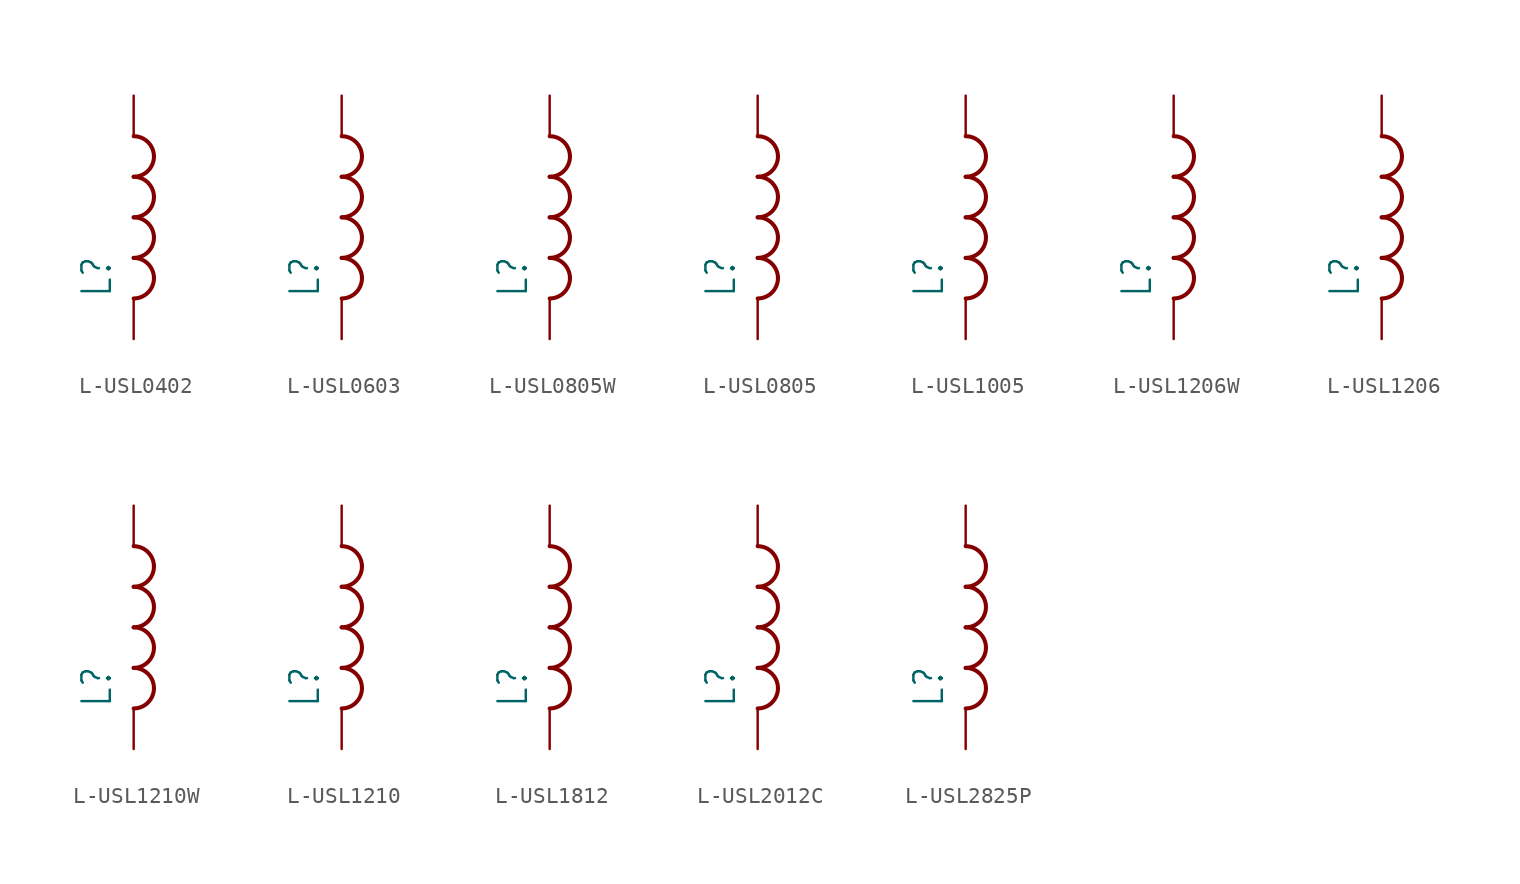
<source format=kicad_sym>
(kicad_symbol_lib
  (version 20241209)
  (generator "kicad_symbol_editor")
  (generator_version "9.0")
  (symbol "L-USL0402"
    (property "Reference" "L"
      (at -1.27 -5.08 90)
      (effects (font (size 1.778 1.511)) (justify left bottom)))
    (property "Value" ""
      (at 3.81 -5.08 90)
      (effects (font (size 1.778 1.511)) (justify left bottom)))
    (property "ki_locked" ""
      (at 0 0 0)
      (effects (font (size 1.27 1.27))))
    (symbol "L-USL0402_1_0"
      (arc (start 1.27 3.81) (mid 0.898 2.912) (end 0 2.54) (stroke (width 0.254) (type solid)) (fill (type none)))
      (arc (start 0 5.08) (mid 0.898 4.708) (end 1.27 3.81) (stroke (width 0.254) (type solid)) (fill (type none)))
      (arc (start 1.27 1.27) (mid 0.898 0.372) (end 0 0) (stroke (width 0.254) (type solid)) (fill (type none)))
      (arc (start 0 2.54) (mid 0.898 2.168) (end 1.27 1.27) (stroke (width 0.254) (type solid)) (fill (type none)))
      (arc (start 1.27 -1.27) (mid 0.898 -2.168) (end 0 -2.54) (stroke (width 0.254) (type solid)) (fill (type none)))
      (arc (start 0 0) (mid 0.898 -0.372) (end 1.27 -1.27) (stroke (width 0.254) (type solid)) (fill (type none)))
      (arc (start 1.27 -3.81) (mid 0.898 -4.708) (end 0 -5.08) (stroke (width 0.254) (type solid)) (fill (type none)))
      (arc (start 0 -2.54) (mid 0.898 -2.912) (end 1.27 -3.81) (stroke (width 0.254) (type solid)) (fill (type none)))
      (pin passive line (at 0 7.62 270) (length 2.54) (name "1" (effects (font (size 0 0)))) (number "1" (effects (font (size 0 0)))))
      (pin passive line (at 0 -7.62 90) (length 2.54) (name "2" (effects (font (size 0 0)))) (number "2" (effects (font (size 0 0)))))))
  (symbol "L-USL0603"
    (property "Reference" "L"
      (at -1.27 -5.08 90)
      (effects (font (size 1.778 1.511)) (justify left bottom)))
    (property "Value" ""
      (at 3.81 -5.08 90)
      (effects (font (size 1.778 1.511)) (justify left bottom)))
    (property "ki_locked" ""
      (at 0 0 0)
      (effects (font (size 1.27 1.27))))
    (symbol "L-USL0603_1_0"
      (arc (start 1.27 3.81) (mid 0.898 2.912) (end 0 2.54) (stroke (width 0.254) (type solid)) (fill (type none)))
      (arc (start 0 5.08) (mid 0.898 4.708) (end 1.27 3.81) (stroke (width 0.254) (type solid)) (fill (type none)))
      (arc (start 1.27 1.27) (mid 0.898 0.372) (end 0 0) (stroke (width 0.254) (type solid)) (fill (type none)))
      (arc (start 0 2.54) (mid 0.898 2.168) (end 1.27 1.27) (stroke (width 0.254) (type solid)) (fill (type none)))
      (arc (start 1.27 -1.27) (mid 0.898 -2.168) (end 0 -2.54) (stroke (width 0.254) (type solid)) (fill (type none)))
      (arc (start 0 0) (mid 0.898 -0.372) (end 1.27 -1.27) (stroke (width 0.254) (type solid)) (fill (type none)))
      (arc (start 1.27 -3.81) (mid 0.898 -4.708) (end 0 -5.08) (stroke (width 0.254) (type solid)) (fill (type none)))
      (arc (start 0 -2.54) (mid 0.898 -2.912) (end 1.27 -3.81) (stroke (width 0.254) (type solid)) (fill (type none)))
      (pin passive line (at 0 7.62 270) (length 2.54) (name "1" (effects (font (size 0 0)))) (number "1" (effects (font (size 0 0)))))
      (pin passive line (at 0 -7.62 90) (length 2.54) (name "2" (effects (font (size 0 0)))) (number "2" (effects (font (size 0 0)))))))
  (symbol "L-USL0805W"
    (property "Reference" "L"
      (at -1.27 -5.08 90)
      (effects (font (size 1.778 1.511)) (justify left bottom)))
    (property "Value" ""
      (at 3.81 -5.08 90)
      (effects (font (size 1.778 1.511)) (justify left bottom)))
    (property "ki_locked" ""
      (at 0 0 0)
      (effects (font (size 1.27 1.27))))
    (symbol "L-USL0805W_1_0"
      (arc (start 1.27 3.81) (mid 0.898 2.912) (end 0 2.54) (stroke (width 0.254) (type solid)) (fill (type none)))
      (arc (start 0 5.08) (mid 0.898 4.708) (end 1.27 3.81) (stroke (width 0.254) (type solid)) (fill (type none)))
      (arc (start 1.27 1.27) (mid 0.898 0.372) (end 0 0) (stroke (width 0.254) (type solid)) (fill (type none)))
      (arc (start 0 2.54) (mid 0.898 2.168) (end 1.27 1.27) (stroke (width 0.254) (type solid)) (fill (type none)))
      (arc (start 1.27 -1.27) (mid 0.898 -2.168) (end 0 -2.54) (stroke (width 0.254) (type solid)) (fill (type none)))
      (arc (start 0 0) (mid 0.898 -0.372) (end 1.27 -1.27) (stroke (width 0.254) (type solid)) (fill (type none)))
      (arc (start 1.27 -3.81) (mid 0.898 -4.708) (end 0 -5.08) (stroke (width 0.254) (type solid)) (fill (type none)))
      (arc (start 0 -2.54) (mid 0.898 -2.912) (end 1.27 -3.81) (stroke (width 0.254) (type solid)) (fill (type none)))
      (pin passive line (at 0 7.62 270) (length 2.54) (name "1" (effects (font (size 0 0)))) (number "1" (effects (font (size 0 0)))))
      (pin passive line (at 0 -7.62 90) (length 2.54) (name "2" (effects (font (size 0 0)))) (number "2" (effects (font (size 0 0)))))))
  (symbol "L-USL0805"
    (property "Reference" "L"
      (at -1.27 -5.08 90)
      (effects (font (size 1.778 1.511)) (justify left bottom)))
    (property "Value" ""
      (at 3.81 -5.08 90)
      (effects (font (size 1.778 1.511)) (justify left bottom)))
    (property "ki_locked" ""
      (at 0 0 0)
      (effects (font (size 1.27 1.27))))
    (symbol "L-USL0805_1_0"
      (arc (start 1.27 3.81) (mid 0.898 2.912) (end 0 2.54) (stroke (width 0.254) (type solid)) (fill (type none)))
      (arc (start 0 5.08) (mid 0.898 4.708) (end 1.27 3.81) (stroke (width 0.254) (type solid)) (fill (type none)))
      (arc (start 1.27 1.27) (mid 0.898 0.372) (end 0 0) (stroke (width 0.254) (type solid)) (fill (type none)))
      (arc (start 0 2.54) (mid 0.898 2.168) (end 1.27 1.27) (stroke (width 0.254) (type solid)) (fill (type none)))
      (arc (start 1.27 -1.27) (mid 0.898 -2.168) (end 0 -2.54) (stroke (width 0.254) (type solid)) (fill (type none)))
      (arc (start 0 0) (mid 0.898 -0.372) (end 1.27 -1.27) (stroke (width 0.254) (type solid)) (fill (type none)))
      (arc (start 1.27 -3.81) (mid 0.898 -4.708) (end 0 -5.08) (stroke (width 0.254) (type solid)) (fill (type none)))
      (arc (start 0 -2.54) (mid 0.898 -2.912) (end 1.27 -3.81) (stroke (width 0.254) (type solid)) (fill (type none)))
      (pin passive line (at 0 7.62 270) (length 2.54) (name "1" (effects (font (size 0 0)))) (number "1" (effects (font (size 0 0)))))
      (pin passive line (at 0 -7.62 90) (length 2.54) (name "2" (effects (font (size 0 0)))) (number "2" (effects (font (size 0 0)))))))
  (symbol "L-USL1005"
    (property "Reference" "L"
      (at -1.27 -5.08 90)
      (effects (font (size 1.778 1.511)) (justify left bottom)))
    (property "Value" ""
      (at 3.81 -5.08 90)
      (effects (font (size 1.778 1.511)) (justify left bottom)))
    (property "ki_locked" ""
      (at 0 0 0)
      (effects (font (size 1.27 1.27))))
    (symbol "L-USL1005_1_0"
      (arc (start 1.27 3.81) (mid 0.898 2.912) (end 0 2.54) (stroke (width 0.254) (type solid)) (fill (type none)))
      (arc (start 0 5.08) (mid 0.898 4.708) (end 1.27 3.81) (stroke (width 0.254) (type solid)) (fill (type none)))
      (arc (start 1.27 1.27) (mid 0.898 0.372) (end 0 0) (stroke (width 0.254) (type solid)) (fill (type none)))
      (arc (start 0 2.54) (mid 0.898 2.168) (end 1.27 1.27) (stroke (width 0.254) (type solid)) (fill (type none)))
      (arc (start 1.27 -1.27) (mid 0.898 -2.168) (end 0 -2.54) (stroke (width 0.254) (type solid)) (fill (type none)))
      (arc (start 0 0) (mid 0.898 -0.372) (end 1.27 -1.27) (stroke (width 0.254) (type solid)) (fill (type none)))
      (arc (start 1.27 -3.81) (mid 0.898 -4.708) (end 0 -5.08) (stroke (width 0.254) (type solid)) (fill (type none)))
      (arc (start 0 -2.54) (mid 0.898 -2.912) (end 1.27 -3.81) (stroke (width 0.254) (type solid)) (fill (type none)))
      (pin passive line (at 0 7.62 270) (length 2.54) (name "1" (effects (font (size 0 0)))) (number "1" (effects (font (size 0 0)))))
      (pin passive line (at 0 -7.62 90) (length 2.54) (name "2" (effects (font (size 0 0)))) (number "2" (effects (font (size 0 0)))))))
  (symbol "L-USL1206W"
    (property "Reference" "L"
      (at -1.27 -5.08 90)
      (effects (font (size 1.778 1.511)) (justify left bottom)))
    (property "Value" ""
      (at 3.81 -5.08 90)
      (effects (font (size 1.778 1.511)) (justify left bottom)))
    (property "ki_locked" ""
      (at 0 0 0)
      (effects (font (size 1.27 1.27))))
    (symbol "L-USL1206W_1_0"
      (arc (start 1.27 3.81) (mid 0.898 2.912) (end 0 2.54) (stroke (width 0.254) (type solid)) (fill (type none)))
      (arc (start 0 5.08) (mid 0.898 4.708) (end 1.27 3.81) (stroke (width 0.254) (type solid)) (fill (type none)))
      (arc (start 1.27 1.27) (mid 0.898 0.372) (end 0 0) (stroke (width 0.254) (type solid)) (fill (type none)))
      (arc (start 0 2.54) (mid 0.898 2.168) (end 1.27 1.27) (stroke (width 0.254) (type solid)) (fill (type none)))
      (arc (start 1.27 -1.27) (mid 0.898 -2.168) (end 0 -2.54) (stroke (width 0.254) (type solid)) (fill (type none)))
      (arc (start 0 0) (mid 0.898 -0.372) (end 1.27 -1.27) (stroke (width 0.254) (type solid)) (fill (type none)))
      (arc (start 1.27 -3.81) (mid 0.898 -4.708) (end 0 -5.08) (stroke (width 0.254) (type solid)) (fill (type none)))
      (arc (start 0 -2.54) (mid 0.898 -2.912) (end 1.27 -3.81) (stroke (width 0.254) (type solid)) (fill (type none)))
      (pin passive line (at 0 7.62 270) (length 2.54) (name "1" (effects (font (size 0 0)))) (number "1" (effects (font (size 0 0)))))
      (pin passive line (at 0 -7.62 90) (length 2.54) (name "2" (effects (font (size 0 0)))) (number "2" (effects (font (size 0 0)))))))
  (symbol "L-USL1206"
    (property "Reference" "L"
      (at -1.27 -5.08 90)
      (effects (font (size 1.778 1.511)) (justify left bottom)))
    (property "Value" ""
      (at 3.81 -5.08 90)
      (effects (font (size 1.778 1.511)) (justify left bottom)))
    (property "ki_locked" ""
      (at 0 0 0)
      (effects (font (size 1.27 1.27))))
    (symbol "L-USL1206_1_0"
      (arc (start 1.27 3.81) (mid 0.898 2.912) (end 0 2.54) (stroke (width 0.254) (type solid)) (fill (type none)))
      (arc (start 0 5.08) (mid 0.898 4.708) (end 1.27 3.81) (stroke (width 0.254) (type solid)) (fill (type none)))
      (arc (start 1.27 1.27) (mid 0.898 0.372) (end 0 0) (stroke (width 0.254) (type solid)) (fill (type none)))
      (arc (start 0 2.54) (mid 0.898 2.168) (end 1.27 1.27) (stroke (width 0.254) (type solid)) (fill (type none)))
      (arc (start 1.27 -1.27) (mid 0.898 -2.168) (end 0 -2.54) (stroke (width 0.254) (type solid)) (fill (type none)))
      (arc (start 0 0) (mid 0.898 -0.372) (end 1.27 -1.27) (stroke (width 0.254) (type solid)) (fill (type none)))
      (arc (start 1.27 -3.81) (mid 0.898 -4.708) (end 0 -5.08) (stroke (width 0.254) (type solid)) (fill (type none)))
      (arc (start 0 -2.54) (mid 0.898 -2.912) (end 1.27 -3.81) (stroke (width 0.254) (type solid)) (fill (type none)))
      (pin passive line (at 0 7.62 270) (length 2.54) (name "1" (effects (font (size 0 0)))) (number "1" (effects (font (size 0 0)))))
      (pin passive line (at 0 -7.62 90) (length 2.54) (name "2" (effects (font (size 0 0)))) (number "2" (effects (font (size 0 0)))))))
  (symbol "L-USL1210W"
    (property "Reference" "L"
      (at -1.27 -5.08 90)
      (effects (font (size 1.778 1.511)) (justify left bottom)))
    (property "Value" ""
      (at 3.81 -5.08 90)
      (effects (font (size 1.778 1.511)) (justify left bottom)))
    (property "ki_locked" ""
      (at 0 0 0)
      (effects (font (size 1.27 1.27))))
    (symbol "L-USL1210W_1_0"
      (arc (start 1.27 3.81) (mid 0.898 2.912) (end 0 2.54) (stroke (width 0.254) (type solid)) (fill (type none)))
      (arc (start 0 5.08) (mid 0.898 4.708) (end 1.27 3.81) (stroke (width 0.254) (type solid)) (fill (type none)))
      (arc (start 1.27 1.27) (mid 0.898 0.372) (end 0 0) (stroke (width 0.254) (type solid)) (fill (type none)))
      (arc (start 0 2.54) (mid 0.898 2.168) (end 1.27 1.27) (stroke (width 0.254) (type solid)) (fill (type none)))
      (arc (start 1.27 -1.27) (mid 0.898 -2.168) (end 0 -2.54) (stroke (width 0.254) (type solid)) (fill (type none)))
      (arc (start 0 0) (mid 0.898 -0.372) (end 1.27 -1.27) (stroke (width 0.254) (type solid)) (fill (type none)))
      (arc (start 1.27 -3.81) (mid 0.898 -4.708) (end 0 -5.08) (stroke (width 0.254) (type solid)) (fill (type none)))
      (arc (start 0 -2.54) (mid 0.898 -2.912) (end 1.27 -3.81) (stroke (width 0.254) (type solid)) (fill (type none)))
      (pin passive line (at 0 7.62 270) (length 2.54) (name "1" (effects (font (size 0 0)))) (number "1" (effects (font (size 0 0)))))
      (pin passive line (at 0 -7.62 90) (length 2.54) (name "2" (effects (font (size 0 0)))) (number "2" (effects (font (size 0 0)))))))
  (symbol "L-USL1210"
    (property "Reference" "L"
      (at -1.27 -5.08 90)
      (effects (font (size 1.778 1.511)) (justify left bottom)))
    (property "Value" ""
      (at 3.81 -5.08 90)
      (effects (font (size 1.778 1.511)) (justify left bottom)))
    (property "ki_locked" ""
      (at 0 0 0)
      (effects (font (size 1.27 1.27))))
    (symbol "L-USL1210_1_0"
      (arc (start 1.27 3.81) (mid 0.898 2.912) (end 0 2.54) (stroke (width 0.254) (type solid)) (fill (type none)))
      (arc (start 0 5.08) (mid 0.898 4.708) (end 1.27 3.81) (stroke (width 0.254) (type solid)) (fill (type none)))
      (arc (start 1.27 1.27) (mid 0.898 0.372) (end 0 0) (stroke (width 0.254) (type solid)) (fill (type none)))
      (arc (start 0 2.54) (mid 0.898 2.168) (end 1.27 1.27) (stroke (width 0.254) (type solid)) (fill (type none)))
      (arc (start 1.27 -1.27) (mid 0.898 -2.168) (end 0 -2.54) (stroke (width 0.254) (type solid)) (fill (type none)))
      (arc (start 0 0) (mid 0.898 -0.372) (end 1.27 -1.27) (stroke (width 0.254) (type solid)) (fill (type none)))
      (arc (start 1.27 -3.81) (mid 0.898 -4.708) (end 0 -5.08) (stroke (width 0.254) (type solid)) (fill (type none)))
      (arc (start 0 -2.54) (mid 0.898 -2.912) (end 1.27 -3.81) (stroke (width 0.254) (type solid)) (fill (type none)))
      (pin passive line (at 0 7.62 270) (length 2.54) (name "1" (effects (font (size 0 0)))) (number "1" (effects (font (size 0 0)))))
      (pin passive line (at 0 -7.62 90) (length 2.54) (name "2" (effects (font (size 0 0)))) (number "2" (effects (font (size 0 0)))))))
  (symbol "L-USL1812"
    (property "Reference" "L"
      (at -1.27 -5.08 90)
      (effects (font (size 1.778 1.511)) (justify left bottom)))
    (property "Value" ""
      (at 3.81 -5.08 90)
      (effects (font (size 1.778 1.511)) (justify left bottom)))
    (property "ki_locked" ""
      (at 0 0 0)
      (effects (font (size 1.27 1.27))))
    (symbol "L-USL1812_1_0"
      (arc (start 1.27 3.81) (mid 0.898 2.912) (end 0 2.54) (stroke (width 0.254) (type solid)) (fill (type none)))
      (arc (start 0 5.08) (mid 0.898 4.708) (end 1.27 3.81) (stroke (width 0.254) (type solid)) (fill (type none)))
      (arc (start 1.27 1.27) (mid 0.898 0.372) (end 0 0) (stroke (width 0.254) (type solid)) (fill (type none)))
      (arc (start 0 2.54) (mid 0.898 2.168) (end 1.27 1.27) (stroke (width 0.254) (type solid)) (fill (type none)))
      (arc (start 1.27 -1.27) (mid 0.898 -2.168) (end 0 -2.54) (stroke (width 0.254) (type solid)) (fill (type none)))
      (arc (start 0 0) (mid 0.898 -0.372) (end 1.27 -1.27) (stroke (width 0.254) (type solid)) (fill (type none)))
      (arc (start 1.27 -3.81) (mid 0.898 -4.708) (end 0 -5.08) (stroke (width 0.254) (type solid)) (fill (type none)))
      (arc (start 0 -2.54) (mid 0.898 -2.912) (end 1.27 -3.81) (stroke (width 0.254) (type solid)) (fill (type none)))
      (pin passive line (at 0 7.62 270) (length 2.54) (name "1" (effects (font (size 0 0)))) (number "1" (effects (font (size 0 0)))))
      (pin passive line (at 0 -7.62 90) (length 2.54) (name "2" (effects (font (size 0 0)))) (number "2" (effects (font (size 0 0)))))))
  (symbol "L-USL2012C"
    (property "Reference" "L"
      (at -1.27 -5.08 90)
      (effects (font (size 1.778 1.511)) (justify left bottom)))
    (property "Value" ""
      (at 3.81 -5.08 90)
      (effects (font (size 1.778 1.511)) (justify left bottom)))
    (property "ki_locked" ""
      (at 0 0 0)
      (effects (font (size 1.27 1.27))))
    (symbol "L-USL2012C_1_0"
      (arc (start 1.27 3.81) (mid 0.898 2.912) (end 0 2.54) (stroke (width 0.254) (type solid)) (fill (type none)))
      (arc (start 0 5.08) (mid 0.898 4.708) (end 1.27 3.81) (stroke (width 0.254) (type solid)) (fill (type none)))
      (arc (start 1.27 1.27) (mid 0.898 0.372) (end 0 0) (stroke (width 0.254) (type solid)) (fill (type none)))
      (arc (start 0 2.54) (mid 0.898 2.168) (end 1.27 1.27) (stroke (width 0.254) (type solid)) (fill (type none)))
      (arc (start 1.27 -1.27) (mid 0.898 -2.168) (end 0 -2.54) (stroke (width 0.254) (type solid)) (fill (type none)))
      (arc (start 0 0) (mid 0.898 -0.372) (end 1.27 -1.27) (stroke (width 0.254) (type solid)) (fill (type none)))
      (arc (start 1.27 -3.81) (mid 0.898 -4.708) (end 0 -5.08) (stroke (width 0.254) (type solid)) (fill (type none)))
      (arc (start 0 -2.54) (mid 0.898 -2.912) (end 1.27 -3.81) (stroke (width 0.254) (type solid)) (fill (type none)))
      (pin passive line (at 0 7.62 270) (length 2.54) (name "1" (effects (font (size 0 0)))) (number "1" (effects (font (size 0 0)))))
      (pin passive line (at 0 -7.62 90) (length 2.54) (name "2" (effects (font (size 0 0)))) (number "2" (effects (font (size 0 0)))))))
  (symbol "L-USL2825P"
    (property "Reference" "L"
      (at -1.27 -5.08 90)
      (effects (font (size 1.778 1.511)) (justify left bottom)))
    (property "Value" ""
      (at 3.81 -5.08 90)
      (effects (font (size 1.778 1.511)) (justify left bottom)))
    (property "ki_locked" ""
      (at 0 0 0)
      (effects (font (size 1.27 1.27))))
    (symbol "L-USL2825P_1_0"
      (arc (start 1.27 3.81) (mid 0.898 2.912) (end 0 2.54) (stroke (width 0.254) (type solid)) (fill (type none)))
      (arc (start 0 5.08) (mid 0.898 4.708) (end 1.27 3.81) (stroke (width 0.254) (type solid)) (fill (type none)))
      (arc (start 1.27 1.27) (mid 0.898 0.372) (end 0 0) (stroke (width 0.254) (type solid)) (fill (type none)))
      (arc (start 0 2.54) (mid 0.898 2.168) (end 1.27 1.27) (stroke (width 0.254) (type solid)) (fill (type none)))
      (arc (start 1.27 -1.27) (mid 0.898 -2.168) (end 0 -2.54) (stroke (width 0.254) (type solid)) (fill (type none)))
      (arc (start 0 0) (mid 0.898 -0.372) (end 1.27 -1.27) (stroke (width 0.254) (type solid)) (fill (type none)))
      (arc (start 1.27 -3.81) (mid 0.898 -4.708) (end 0 -5.08) (stroke (width 0.254) (type solid)) (fill (type none)))
      (arc (start 0 -2.54) (mid 0.898 -2.912) (end 1.27 -3.81) (stroke (width 0.254) (type solid)) (fill (type none)))
      (pin passive line (at 0 7.62 270) (length 2.54) (name "1" (effects (font (size 0 0)))) (number "1" (effects (font (size 0 0)))))
      (pin passive line (at 0 -7.62 90) (length 2.54) (name "2" (effects (font (size 0 0)))) (number "2" (effects (font (size 0 0))))))))
</source>
